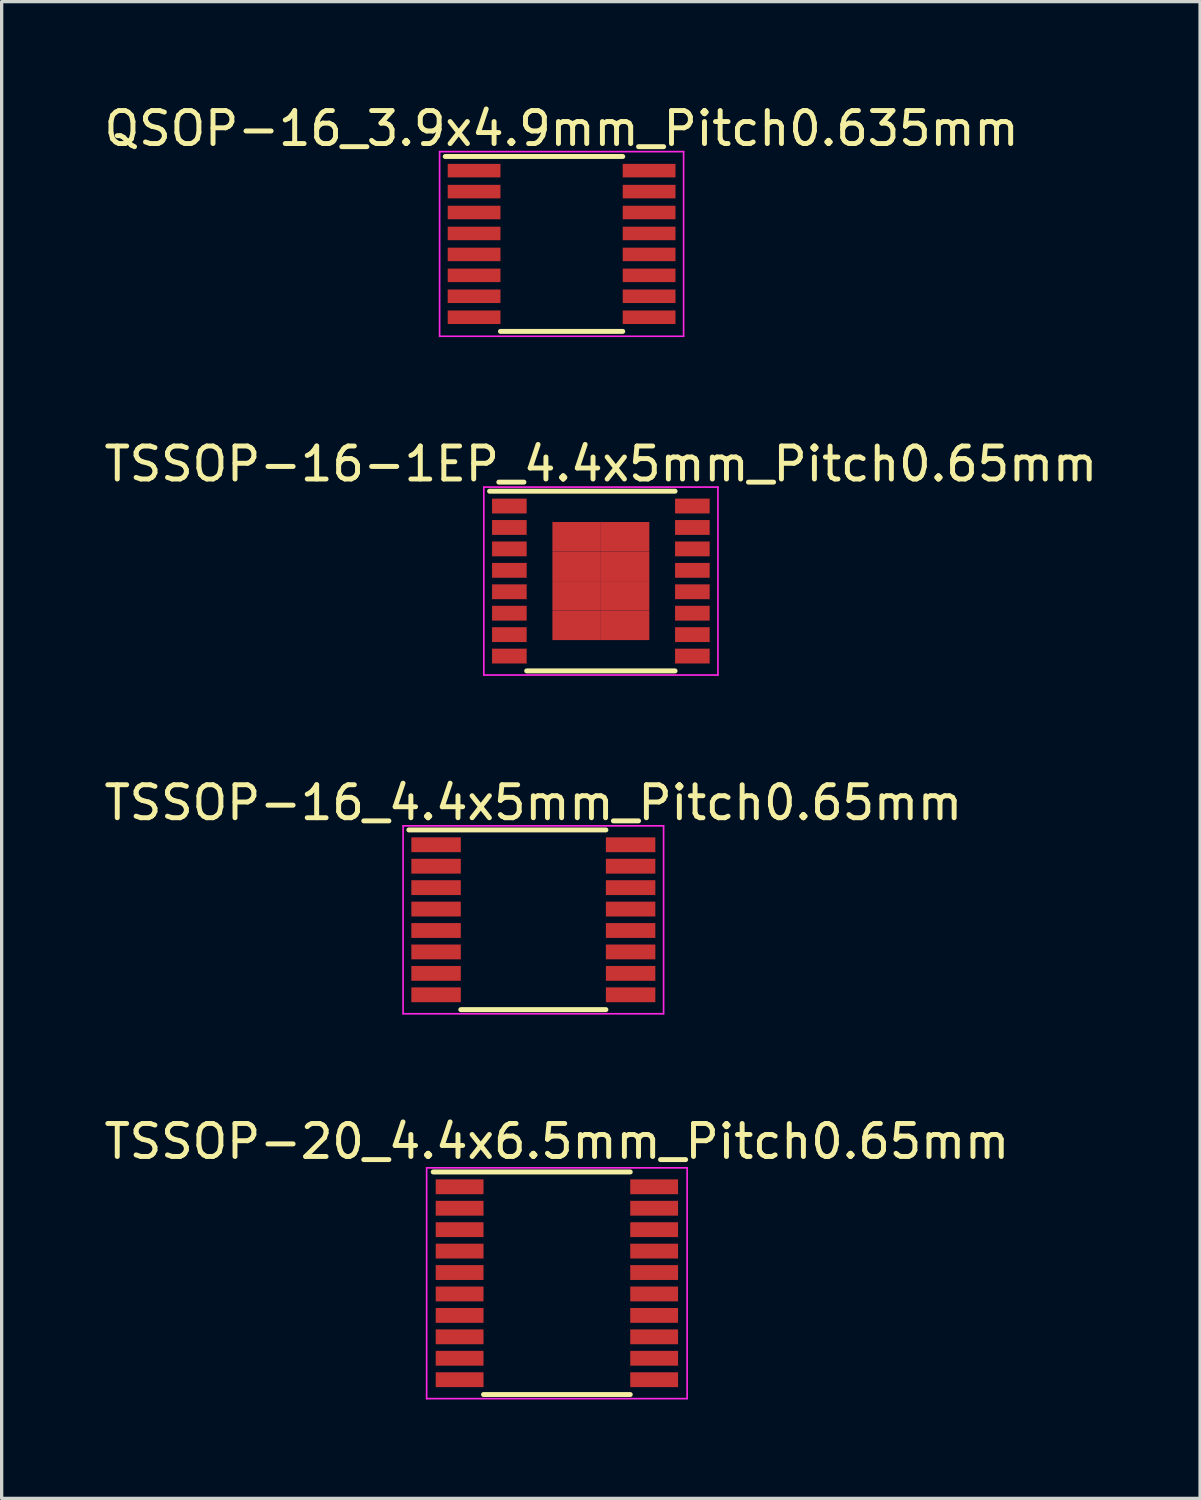
<source format=kicad_pcb>
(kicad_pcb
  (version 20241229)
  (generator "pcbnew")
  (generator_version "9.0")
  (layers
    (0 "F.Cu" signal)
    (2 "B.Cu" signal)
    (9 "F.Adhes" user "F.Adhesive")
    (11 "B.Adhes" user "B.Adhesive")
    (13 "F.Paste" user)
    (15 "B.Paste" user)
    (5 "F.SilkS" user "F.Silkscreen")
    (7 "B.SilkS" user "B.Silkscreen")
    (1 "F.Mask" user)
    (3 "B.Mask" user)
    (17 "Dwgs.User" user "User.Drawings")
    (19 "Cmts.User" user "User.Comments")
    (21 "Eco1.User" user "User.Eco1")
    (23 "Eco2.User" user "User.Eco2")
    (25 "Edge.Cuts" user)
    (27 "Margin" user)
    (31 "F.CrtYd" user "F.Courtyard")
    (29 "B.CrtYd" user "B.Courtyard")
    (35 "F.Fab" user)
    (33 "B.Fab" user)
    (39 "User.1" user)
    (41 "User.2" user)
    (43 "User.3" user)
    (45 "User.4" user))
  (footprint "QSOP-16_3.9x4.9mm_Pitch0.635mm"
    (layer "F.Cu")
    (at 13.982 4.348)
    (property "Reference" "QSOP-16_3.9x4.9mm_Pitch0.635mm" (at 0 -3.5 0) (layer "F.SilkS") (effects (font (size 1 1) (thickness 0.15))))
    (attr smd)
    (fp_line (start -3.529 -2.652) (end 1.854 -2.652) (stroke (width 0.15) (type solid)) (layer "F.SilkS"))
    (fp_line (start -1.854 2.652) (end 1.854 2.652) (stroke (width 0.15) (type solid)) (layer "F.SilkS"))
    (fp_line (start -3.7 -2.8) (end -3.7 2.8) (stroke (width 0.05) (type solid)) (layer "F.CrtYd"))
    (fp_line (start -3.7 -2.8) (end 3.7 -2.8) (stroke (width 0.05) (type solid)) (layer "F.CrtYd"))
    (fp_line (start -3.7 2.8) (end 3.7 2.8) (stroke (width 0.05) (type solid)) (layer "F.CrtYd"))
    (fp_line (start 3.7 -2.8) (end 3.7 2.8) (stroke (width 0.05) (type solid)) (layer "F.CrtYd"))
    (pad "1" smd rect (at -2.654 -2.223) (size 1.6 0.41) (layers "F.Cu" "F.Mask" "F.Paste"))
    (pad "2" smd rect (at -2.654 -1.587) (size 1.6 0.41) (layers "F.Cu" "F.Mask" "F.Paste"))
    (pad "3" smd rect (at -2.654 -0.953) (size 1.6 0.41) (layers "F.Cu" "F.Mask" "F.Paste"))
    (pad "4" smd rect (at -2.654 -0.318) (size 1.6 0.41) (layers "F.Cu" "F.Mask" "F.Paste"))
    (pad "5" smd rect (at -2.654 0.318) (size 1.6 0.41) (layers "F.Cu" "F.Mask" "F.Paste"))
    (pad "6" smd rect (at -2.654 0.953) (size 1.6 0.41) (layers "F.Cu" "F.Mask" "F.Paste"))
    (pad "7" smd rect (at -2.654 1.587) (size 1.6 0.41) (layers "F.Cu" "F.Mask" "F.Paste"))
    (pad "8" smd rect (at -2.654 2.223) (size 1.6 0.41) (layers "F.Cu" "F.Mask" "F.Paste"))
    (pad "9" smd rect (at 2.654 2.223) (size 1.6 0.41) (layers "F.Cu" "F.Mask" "F.Paste"))
    (pad "10" smd rect (at 2.654 1.587) (size 1.6 0.41) (layers "F.Cu" "F.Mask" "F.Paste"))
    (pad "11" smd rect (at 2.654 0.953) (size 1.6 0.41) (layers "F.Cu" "F.Mask" "F.Paste"))
    (pad "12" smd rect (at 2.654 0.318) (size 1.6 0.41) (layers "F.Cu" "F.Mask" "F.Paste"))
    (pad "13" smd rect (at 2.654 -0.318) (size 1.6 0.41) (layers "F.Cu" "F.Mask" "F.Paste"))
    (pad "14" smd rect (at 2.654 -0.953) (size 1.6 0.41) (layers "F.Cu" "F.Mask" "F.Paste"))
    (pad "15" smd rect (at 2.654 -1.587) (size 1.6 0.41) (layers "F.Cu" "F.Mask" "F.Paste"))
    (pad "16" smd rect (at 2.654 -2.223) (size 1.6 0.41) (layers "F.Cu" "F.Mask" "F.Paste")))
  (footprint "TSSOP-20_4.4x6.5mm_Pitch0.65mm"
    (layer "F.Cu")
    (at 13.839 35.868)
    (property "Reference" "TSSOP-20_4.4x6.5mm_Pitch0.65mm" (at 0 -4.3 0) (layer "F.SilkS") (effects (font (size 1 1) (thickness 0.15))))
    (attr smd)
    (fp_line (start -3.75 -3.375) (end 2.225 -3.375) (stroke (width 0.15) (type solid)) (layer "F.SilkS"))
    (fp_line (start -2.225 3.375) (end 2.225 3.375) (stroke (width 0.15) (type solid)) (layer "F.SilkS"))
    (fp_line (start -3.95 -3.5) (end -3.95 3.5) (stroke (width 0.05) (type solid)) (layer "F.CrtYd"))
    (fp_line (start -3.95 -3.5) (end 3.95 -3.5) (stroke (width 0.05) (type solid)) (layer "F.CrtYd"))
    (fp_line (start -3.95 3.5) (end 3.95 3.5) (stroke (width 0.05) (type solid)) (layer "F.CrtYd"))
    (fp_line (start 3.95 -3.5) (end 3.95 3.5) (stroke (width 0.05) (type solid)) (layer "F.CrtYd"))
    (pad "1" smd rect (at -2.95 -2.925) (size 1.45 0.45) (layers "F.Cu" "F.Mask" "F.Paste"))
    (pad "2" smd rect (at -2.95 -2.275) (size 1.45 0.45) (layers "F.Cu" "F.Mask" "F.Paste"))
    (pad "3" smd rect (at -2.95 -1.625) (size 1.45 0.45) (layers "F.Cu" "F.Mask" "F.Paste"))
    (pad "4" smd rect (at -2.95 -0.975) (size 1.45 0.45) (layers "F.Cu" "F.Mask" "F.Paste"))
    (pad "5" smd rect (at -2.95 -0.325) (size 1.45 0.45) (layers "F.Cu" "F.Mask" "F.Paste"))
    (pad "6" smd rect (at -2.95 0.325) (size 1.45 0.45) (layers "F.Cu" "F.Mask" "F.Paste"))
    (pad "7" smd rect (at -2.95 0.975) (size 1.45 0.45) (layers "F.Cu" "F.Mask" "F.Paste"))
    (pad "8" smd rect (at -2.95 1.625) (size 1.45 0.45) (layers "F.Cu" "F.Mask" "F.Paste"))
    (pad "9" smd rect (at -2.95 2.275) (size 1.45 0.45) (layers "F.Cu" "F.Mask" "F.Paste"))
    (pad "10" smd rect (at -2.95 2.925) (size 1.45 0.45) (layers "F.Cu" "F.Mask" "F.Paste"))
    (pad "11" smd rect (at 2.95 2.925) (size 1.45 0.45) (layers "F.Cu" "F.Mask" "F.Paste"))
    (pad "12" smd rect (at 2.95 2.275) (size 1.45 0.45) (layers "F.Cu" "F.Mask" "F.Paste"))
    (pad "13" smd rect (at 2.95 1.625) (size 1.45 0.45) (layers "F.Cu" "F.Mask" "F.Paste"))
    (pad "14" smd rect (at 2.95 0.975) (size 1.45 0.45) (layers "F.Cu" "F.Mask" "F.Paste"))
    (pad "15" smd rect (at 2.95 0.325) (size 1.45 0.45) (layers "F.Cu" "F.Mask" "F.Paste"))
    (pad "16" smd rect (at 2.95 -0.325) (size 1.45 0.45) (layers "F.Cu" "F.Mask" "F.Paste"))
    (pad "17" smd rect (at 2.95 -0.975) (size 1.45 0.45) (layers "F.Cu" "F.Mask" "F.Paste"))
    (pad "18" smd rect (at 2.95 -1.625) (size 1.45 0.45) (layers "F.Cu" "F.Mask" "F.Paste"))
    (pad "19" smd rect (at 2.95 -2.275) (size 1.45 0.45) (layers "F.Cu" "F.Mask" "F.Paste"))
    (pad "20" smd rect (at 2.95 -2.925) (size 1.45 0.45) (layers "F.Cu" "F.Mask" "F.Paste")))
  (footprint "TSSOP-16_4.4x5mm_Pitch0.65mm"
    (layer "F.Cu")
    (at 13.125 24.845)
    (property "Reference" "TSSOP-16_4.4x5mm_Pitch0.65mm" (at 0 -3.55 0) (layer "F.SilkS") (effects (font (size 1 1) (thickness 0.15))))
    (attr smd)
    (fp_line (start -3.775 -2.725) (end 2.2 -2.725) (stroke (width 0.15) (type solid)) (layer "F.SilkS"))
    (fp_line (start -2.2 2.725) (end 2.2 2.725) (stroke (width 0.15) (type solid)) (layer "F.SilkS"))
    (fp_line (start -3.95 -2.85) (end -3.95 2.85) (stroke (width 0.05) (type solid)) (layer "F.CrtYd"))
    (fp_line (start -3.95 -2.85) (end 3.95 -2.85) (stroke (width 0.05) (type solid)) (layer "F.CrtYd"))
    (fp_line (start -3.95 2.85) (end 3.95 2.85) (stroke (width 0.05) (type solid)) (layer "F.CrtYd"))
    (fp_line (start 3.95 -2.85) (end 3.95 2.85) (stroke (width 0.05) (type solid)) (layer "F.CrtYd"))
    (pad "1" smd rect (at -2.95 -2.275) (size 1.5 0.45) (layers "F.Cu" "F.Mask" "F.Paste"))
    (pad "2" smd rect (at -2.95 -1.625) (size 1.5 0.45) (layers "F.Cu" "F.Mask" "F.Paste"))
    (pad "3" smd rect (at -2.95 -0.975) (size 1.5 0.45) (layers "F.Cu" "F.Mask" "F.Paste"))
    (pad "4" smd rect (at -2.95 -0.325) (size 1.5 0.45) (layers "F.Cu" "F.Mask" "F.Paste"))
    (pad "5" smd rect (at -2.95 0.325) (size 1.5 0.45) (layers "F.Cu" "F.Mask" "F.Paste"))
    (pad "6" smd rect (at -2.95 0.975) (size 1.5 0.45) (layers "F.Cu" "F.Mask" "F.Paste"))
    (pad "7" smd rect (at -2.95 1.625) (size 1.5 0.45) (layers "F.Cu" "F.Mask" "F.Paste"))
    (pad "8" smd rect (at -2.95 2.275) (size 1.5 0.45) (layers "F.Cu" "F.Mask" "F.Paste"))
    (pad "9" smd rect (at 2.95 2.275) (size 1.5 0.45) (layers "F.Cu" "F.Mask" "F.Paste"))
    (pad "10" smd rect (at 2.95 1.625) (size 1.5 0.45) (layers "F.Cu" "F.Mask" "F.Paste"))
    (pad "11" smd rect (at 2.95 0.975) (size 1.5 0.45) (layers "F.Cu" "F.Mask" "F.Paste"))
    (pad "12" smd rect (at 2.95 0.325) (size 1.5 0.45) (layers "F.Cu" "F.Mask" "F.Paste"))
    (pad "13" smd rect (at 2.95 -0.325) (size 1.5 0.45) (layers "F.Cu" "F.Mask" "F.Paste"))
    (pad "14" smd rect (at 2.95 -0.975) (size 1.5 0.45) (layers "F.Cu" "F.Mask" "F.Paste"))
    (pad "15" smd rect (at 2.95 -1.625) (size 1.5 0.45) (layers "F.Cu" "F.Mask" "F.Paste"))
    (pad "16" smd rect (at 2.95 -2.275) (size 1.5 0.45) (layers "F.Cu" "F.Mask" "F.Paste")))
  (footprint "TSSOP-16-1EP_4.4x5mm_Pitch0.65mm"
    (layer "F.Cu")
    (at 15.173 14.572)
    (property "Reference" "TSSOP-16-1EP_4.4x5mm_Pitch0.65mm" (at 0 -3.55 0) (layer "F.SilkS") (effects (font (size 1 1) (thickness 0.15))))
    (attr smd)
    (fp_line (start -3.375 -2.725) (end 2.25 -2.725) (stroke (width 0.15) (type solid)) (layer "F.SilkS"))
    (fp_line (start -2.25 2.725) (end 2.25 2.725) (stroke (width 0.15) (type solid)) (layer "F.SilkS"))
    (fp_line (start -3.55 -2.85) (end -3.55 2.85) (stroke (width 0.05) (type solid)) (layer "F.CrtYd"))
    (fp_line (start -3.55 -2.85) (end 3.55 -2.85) (stroke (width 0.05) (type solid)) (layer "F.CrtYd"))
    (fp_line (start -3.55 2.85) (end 3.55 2.85) (stroke (width 0.05) (type solid)) (layer "F.CrtYd"))
    (fp_line (start 3.55 -2.85) (end 3.55 2.85) (stroke (width 0.05) (type solid)) (layer "F.CrtYd"))
    (pad "1" smd rect (at -2.775 -2.275) (size 1.05 0.45) (layers "F.Cu" "F.Mask" "F.Paste"))
    (pad "2" smd rect (at -2.775 -1.625) (size 1.05 0.45) (layers "F.Cu" "F.Mask" "F.Paste"))
    (pad "3" smd rect (at -2.775 -0.975) (size 1.05 0.45) (layers "F.Cu" "F.Mask" "F.Paste"))
    (pad "4" smd rect (at -2.775 -0.325) (size 1.05 0.45) (layers "F.Cu" "F.Mask" "F.Paste"))
    (pad "5" smd rect (at -2.775 0.325) (size 1.05 0.45) (layers "F.Cu" "F.Mask" "F.Paste"))
    (pad "6" smd rect (at -2.775 0.975) (size 1.05 0.45) (layers "F.Cu" "F.Mask" "F.Paste"))
    (pad "7" smd rect (at -2.775 1.625) (size 1.05 0.45) (layers "F.Cu" "F.Mask" "F.Paste"))
    (pad "8" smd rect (at -2.775 2.275) (size 1.05 0.45) (layers "F.Cu" "F.Mask" "F.Paste"))
    (pad "9" smd rect (at 2.775 2.275) (size 1.05 0.45) (layers "F.Cu" "F.Mask" "F.Paste"))
    (pad "10" smd rect (at 2.775 1.625) (size 1.05 0.45) (layers "F.Cu" "F.Mask" "F.Paste"))
    (pad "11" smd rect (at 2.775 0.975) (size 1.05 0.45) (layers "F.Cu" "F.Mask" "F.Paste"))
    (pad "12" smd rect (at 2.775 0.325) (size 1.05 0.45) (layers "F.Cu" "F.Mask" "F.Paste"))
    (pad "13" smd rect (at 2.775 -0.325) (size 1.05 0.45) (layers "F.Cu" "F.Mask" "F.Paste"))
    (pad "14" smd rect (at 2.775 -0.975) (size 1.05 0.45) (layers "F.Cu" "F.Mask" "F.Paste"))
    (pad "15" smd rect (at 2.775 -1.625) (size 1.05 0.45) (layers "F.Cu" "F.Mask" "F.Paste"))
    (pad "16" smd rect (at 2.775 -2.275) (size 1.05 0.45) (layers "F.Cu" "F.Mask" "F.Paste"))
    (pad "17" smd rect (at -0.735 -1.343) (size 1.47 0.895) (layers "F.Cu" "F.Mask" "F.Paste"))
    (pad "17" smd rect (at -0.735 -0.448) (size 1.47 0.895) (layers "F.Cu" "F.Mask" "F.Paste"))
    (pad "17" smd rect (at -0.735 0.448) (size 1.47 0.895) (layers "F.Cu" "F.Mask" "F.Paste"))
    (pad "17" smd rect (at -0.735 1.343) (size 1.47 0.895) (layers "F.Cu" "F.Mask" "F.Paste"))
    (pad "17" smd rect (at 0.735 -1.343) (size 1.47 0.895) (layers "F.Cu" "F.Mask" "F.Paste"))
    (pad "17" smd rect (at 0.735 -0.448) (size 1.47 0.895) (layers "F.Cu" "F.Mask" "F.Paste"))
    (pad "17" smd rect (at 0.735 0.448) (size 1.47 0.895) (layers "F.Cu" "F.Mask" "F.Paste"))
    (pad "17" smd rect (at 0.735 1.343) (size 1.47 0.895) (layers "F.Cu" "F.Mask" "F.Paste")))
  (gr_rect
    (start -3 -3)
    (end 33.345 42.393)
    (stroke (width 0.1) (type default))
    (fill no)
    (layer "Edge.Cuts")))
</source>
